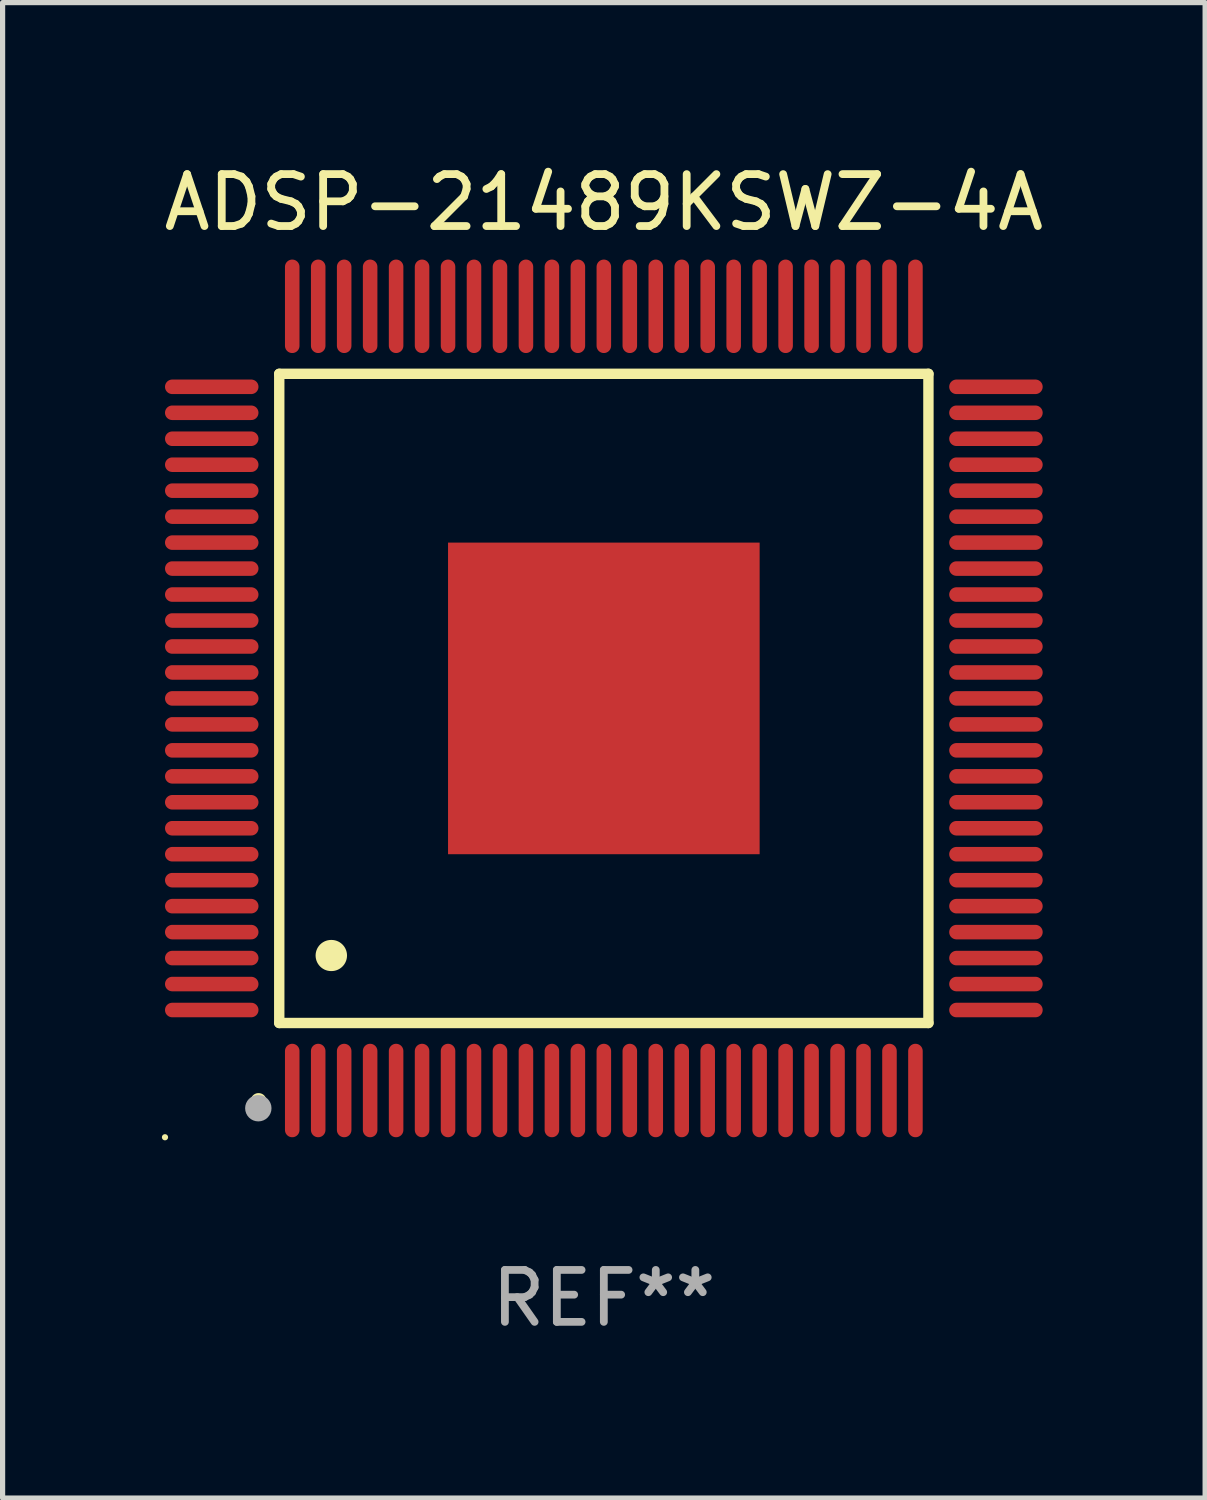
<source format=kicad_pcb>
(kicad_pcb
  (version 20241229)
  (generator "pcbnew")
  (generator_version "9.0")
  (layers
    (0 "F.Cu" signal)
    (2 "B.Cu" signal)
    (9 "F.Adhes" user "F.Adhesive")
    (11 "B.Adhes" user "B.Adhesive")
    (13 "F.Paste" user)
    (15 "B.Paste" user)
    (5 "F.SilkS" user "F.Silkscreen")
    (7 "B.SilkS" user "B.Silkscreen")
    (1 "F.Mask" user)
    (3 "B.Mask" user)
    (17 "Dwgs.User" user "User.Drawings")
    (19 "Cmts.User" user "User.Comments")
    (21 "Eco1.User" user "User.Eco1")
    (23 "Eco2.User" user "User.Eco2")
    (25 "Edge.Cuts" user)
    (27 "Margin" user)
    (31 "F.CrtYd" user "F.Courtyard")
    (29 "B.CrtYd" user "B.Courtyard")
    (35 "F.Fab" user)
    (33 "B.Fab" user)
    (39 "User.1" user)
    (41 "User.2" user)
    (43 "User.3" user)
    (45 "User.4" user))
  (footprint "ADSP-21489KSWZ-4A"
    (layer "F.Cu")
    (at 8.577 10.398)
    (property "Reference" "ADSP-21489KSWZ-4A" (at 0 -9.55 0) (layer "F.SilkS") (effects (font (size 1 1) (thickness 0.15))))
    (attr through_hole)
    (fp_line (start -6.25 -6.25) (end -6.25 6.25) (stroke (width 0.2) (type solid)) (layer "F.SilkS"))
    (fp_line (start -6.25 6.25) (end 6.25 6.25) (stroke (width 0.2) (type solid)) (layer "F.SilkS"))
    (fp_line (start 6.25 -6.25) (end -6.25 -6.25) (stroke (width 0.2) (type solid)) (layer "F.SilkS"))
    (fp_line (start 6.25 6.25) (end 6.25 -6.25) (stroke (width 0.2) (type solid)) (layer "F.SilkS"))
    (fp_arc (start -6.649733 7.749555) (mid -6.648463 7.74955) (end -6.647193 7.749555) (stroke (width 0.3) (type solid)) (layer "F.SilkS"))
    (fp_arc (start -5.250191 4.95047) (mid -5.247651 4.950459) (end -5.245111 4.95047) (stroke (width 0.6) (type solid)) (layer "F.SilkS"))
    (fp_circle (center -8.45 8.45) (end -8.42 8.45) (stroke (width 0.06) (type solid)) (fill no) (layer "F.SilkS"))
    (fp_circle (center -6.653 7.891) (end -6.526 7.891) (stroke (width 0.254) (type solid)) (fill no) (layer "F.Fab"))
    (fp_text user "REF**" (at 0 11.55 0) (layer "F.Fab") (effects (font (size 1 1) (thickness 0.15))))
    (pad "1" smd oval (at -6 7.55 180) (size 0.28 1.8) (layers "F.Cu" "F.Mask" "F.Paste"))
    (pad "2" smd oval (at -5.5 7.55 180) (size 0.28 1.8) (layers "F.Cu" "F.Mask" "F.Paste"))
    (pad "3" smd oval (at -5 7.55 180) (size 0.28 1.8) (layers "F.Cu" "F.Mask" "F.Paste"))
    (pad "4" smd oval (at -4.5 7.55 180) (size 0.28 1.8) (layers "F.Cu" "F.Mask" "F.Paste"))
    (pad "5" smd oval (at -4 7.55 180) (size 0.28 1.8) (layers "F.Cu" "F.Mask" "F.Paste"))
    (pad "6" smd oval (at -3.5 7.55 180) (size 0.28 1.8) (layers "F.Cu" "F.Mask" "F.Paste"))
    (pad "7" smd oval (at -3 7.55 180) (size 0.28 1.8) (layers "F.Cu" "F.Mask" "F.Paste"))
    (pad "8" smd oval (at -2.5 7.55 180) (size 0.28 1.8) (layers "F.Cu" "F.Mask" "F.Paste"))
    (pad "9" smd oval (at -2 7.55 180) (size 0.28 1.8) (layers "F.Cu" "F.Mask" "F.Paste"))
    (pad "10" smd oval (at -1.5 7.55 180) (size 0.28 1.8) (layers "F.Cu" "F.Mask" "F.Paste"))
    (pad "11" smd oval (at -1 7.55 180) (size 0.28 1.8) (layers "F.Cu" "F.Mask" "F.Paste"))
    (pad "12" smd oval (at -0.5 7.55 180) (size 0.28 1.8) (layers "F.Cu" "F.Mask" "F.Paste"))
    (pad "13" smd oval (at 0 7.55 180) (size 0.28 1.8) (layers "F.Cu" "F.Mask" "F.Paste"))
    (pad "14" smd oval (at 0.5 7.55 180) (size 0.28 1.8) (layers "F.Cu" "F.Mask" "F.Paste"))
    (pad "15" smd oval (at 1 7.55 180) (size 0.28 1.8) (layers "F.Cu" "F.Mask" "F.Paste"))
    (pad "16" smd oval (at 1.5 7.55 180) (size 0.28 1.8) (layers "F.Cu" "F.Mask" "F.Paste"))
    (pad "17" smd oval (at 2 7.55 180) (size 0.28 1.8) (layers "F.Cu" "F.Mask" "F.Paste"))
    (pad "18" smd oval (at 2.5 7.55 180) (size 0.28 1.8) (layers "F.Cu" "F.Mask" "F.Paste"))
    (pad "19" smd oval (at 3 7.55 180) (size 0.28 1.8) (layers "F.Cu" "F.Mask" "F.Paste"))
    (pad "20" smd oval (at 3.5 7.55 180) (size 0.28 1.8) (layers "F.Cu" "F.Mask" "F.Paste"))
    (pad "21" smd oval (at 4 7.55 180) (size 0.28 1.8) (layers "F.Cu" "F.Mask" "F.Paste"))
    (pad "22" smd oval (at 4.5 7.55 180) (size 0.28 1.8) (layers "F.Cu" "F.Mask" "F.Paste"))
    (pad "23" smd oval (at 5 7.55 180) (size 0.28 1.8) (layers "F.Cu" "F.Mask" "F.Paste"))
    (pad "24" smd oval (at 5.5 7.55 180) (size 0.28 1.8) (layers "F.Cu" "F.Mask" "F.Paste"))
    (pad "25" smd oval (at 6 7.55 180) (size 0.28 1.8) (layers "F.Cu" "F.Mask" "F.Paste"))
    (pad "26" smd oval (at 7.55 6 90) (size 0.28 1.8) (layers "F.Cu" "F.Mask" "F.Paste"))
    (pad "27" smd oval (at 7.55 5.5 90) (size 0.28 1.8) (layers "F.Cu" "F.Mask" "F.Paste"))
    (pad "28" smd oval (at 7.55 5 90) (size 0.28 1.8) (layers "F.Cu" "F.Mask" "F.Paste"))
    (pad "29" smd oval (at 7.55 4.5 90) (size 0.28 1.8) (layers "F.Cu" "F.Mask" "F.Paste"))
    (pad "30" smd oval (at 7.55 4 90) (size 0.28 1.8) (layers "F.Cu" "F.Mask" "F.Paste"))
    (pad "31" smd oval (at 7.55 3.5 90) (size 0.28 1.8) (layers "F.Cu" "F.Mask" "F.Paste"))
    (pad "32" smd oval (at 7.55 3 90) (size 0.28 1.8) (layers "F.Cu" "F.Mask" "F.Paste"))
    (pad "33" smd oval (at 7.55 2.5 90) (size 0.28 1.8) (layers "F.Cu" "F.Mask" "F.Paste"))
    (pad "34" smd oval (at 7.55 2 90) (size 0.28 1.8) (layers "F.Cu" "F.Mask" "F.Paste"))
    (pad "35" smd oval (at 7.55 1.5 90) (size 0.28 1.8) (layers "F.Cu" "F.Mask" "F.Paste"))
    (pad "36" smd oval (at 7.55 1 90) (size 0.28 1.8) (layers "F.Cu" "F.Mask" "F.Paste"))
    (pad "37" smd oval (at 7.55 0.5 90) (size 0.28 1.8) (layers "F.Cu" "F.Mask" "F.Paste"))
    (pad "38" smd oval (at 7.55 0 90) (size 0.28 1.8) (layers "F.Cu" "F.Mask" "F.Paste"))
    (pad "39" smd oval (at 7.55 -0.5 90) (size 0.28 1.8) (layers "F.Cu" "F.Mask" "F.Paste"))
    (pad "40" smd oval (at 7.55 -1 90) (size 0.28 1.8) (layers "F.Cu" "F.Mask" "F.Paste"))
    (pad "41" smd oval (at 7.55 -1.5 90) (size 0.28 1.8) (layers "F.Cu" "F.Mask" "F.Paste"))
    (pad "42" smd oval (at 7.55 -2 90) (size 0.28 1.8) (layers "F.Cu" "F.Mask" "F.Paste"))
    (pad "43" smd oval (at 7.55 -2.5 90) (size 0.28 1.8) (layers "F.Cu" "F.Mask" "F.Paste"))
    (pad "44" smd oval (at 7.55 -3 90) (size 0.28 1.8) (layers "F.Cu" "F.Mask" "F.Paste"))
    (pad "45" smd oval (at 7.55 -3.5 90) (size 0.28 1.8) (layers "F.Cu" "F.Mask" "F.Paste"))
    (pad "46" smd oval (at 7.55 -4 90) (size 0.28 1.8) (layers "F.Cu" "F.Mask" "F.Paste"))
    (pad "47" smd oval (at 7.55 -4.5 90) (size 0.28 1.8) (layers "F.Cu" "F.Mask" "F.Paste"))
    (pad "48" smd oval (at 7.55 -5 90) (size 0.28 1.8) (layers "F.Cu" "F.Mask" "F.Paste"))
    (pad "49" smd oval (at 7.55 -5.5 90) (size 0.28 1.8) (layers "F.Cu" "F.Mask" "F.Paste"))
    (pad "50" smd oval (at 7.55 -6 90) (size 0.28 1.8) (layers "F.Cu" "F.Mask" "F.Paste"))
    (pad "51" smd oval (at 6 -7.55 180) (size 0.28 1.8) (layers "F.Cu" "F.Mask" "F.Paste"))
    (pad "52" smd oval (at 5.5 -7.55 180) (size 0.28 1.8) (layers "F.Cu" "F.Mask" "F.Paste"))
    (pad "53" smd oval (at 5 -7.55 180) (size 0.28 1.8) (layers "F.Cu" "F.Mask" "F.Paste"))
    (pad "54" smd oval (at 4.5 -7.55 180) (size 0.28 1.8) (layers "F.Cu" "F.Mask" "F.Paste"))
    (pad "55" smd oval (at 4 -7.55 180) (size 0.28 1.8) (layers "F.Cu" "F.Mask" "F.Paste"))
    (pad "56" smd oval (at 3.5 -7.55 180) (size 0.28 1.8) (layers "F.Cu" "F.Mask" "F.Paste"))
    (pad "57" smd oval (at 3 -7.55 180) (size 0.28 1.8) (layers "F.Cu" "F.Mask" "F.Paste"))
    (pad "58" smd oval (at 2.5 -7.55 180) (size 0.28 1.8) (layers "F.Cu" "F.Mask" "F.Paste"))
    (pad "59" smd oval (at 2 -7.55 180) (size 0.28 1.8) (layers "F.Cu" "F.Mask" "F.Paste"))
    (pad "60" smd oval (at 1.5 -7.55 180) (size 0.28 1.8) (layers "F.Cu" "F.Mask" "F.Paste"))
    (pad "61" smd oval (at 1 -7.55 180) (size 0.28 1.8) (layers "F.Cu" "F.Mask" "F.Paste"))
    (pad "62" smd oval (at 0.5 -7.55 180) (size 0.28 1.8) (layers "F.Cu" "F.Mask" "F.Paste"))
    (pad "63" smd oval (at 0 -7.55 180) (size 0.28 1.8) (layers "F.Cu" "F.Mask" "F.Paste"))
    (pad "64" smd oval (at -0.5 -7.55 180) (size 0.28 1.8) (layers "F.Cu" "F.Mask" "F.Paste"))
    (pad "65" smd oval (at -1 -7.55 180) (size 0.28 1.8) (layers "F.Cu" "F.Mask" "F.Paste"))
    (pad "66" smd oval (at -1.5 -7.55 180) (size 0.28 1.8) (layers "F.Cu" "F.Mask" "F.Paste"))
    (pad "67" smd oval (at -2 -7.55 180) (size 0.28 1.8) (layers "F.Cu" "F.Mask" "F.Paste"))
    (pad "68" smd oval (at -2.5 -7.55 180) (size 0.28 1.8) (layers "F.Cu" "F.Mask" "F.Paste"))
    (pad "69" smd oval (at -3 -7.55 180) (size 0.28 1.8) (layers "F.Cu" "F.Mask" "F.Paste"))
    (pad "70" smd oval (at -3.5 -7.55 180) (size 0.28 1.8) (layers "F.Cu" "F.Mask" "F.Paste"))
    (pad "71" smd oval (at -4 -7.55 180) (size 0.28 1.8) (layers "F.Cu" "F.Mask" "F.Paste"))
    (pad "72" smd oval (at -4.5 -7.55 180) (size 0.28 1.8) (layers "F.Cu" "F.Mask" "F.Paste"))
    (pad "73" smd oval (at -5 -7.55 180) (size 0.28 1.8) (layers "F.Cu" "F.Mask" "F.Paste"))
    (pad "74" smd oval (at -5.5 -7.55 180) (size 0.28 1.8) (layers "F.Cu" "F.Mask" "F.Paste"))
    (pad "75" smd oval (at -6 -7.55 180) (size 0.28 1.8) (layers "F.Cu" "F.Mask" "F.Paste"))
    (pad "76" smd oval (at -7.55 -6 90) (size 0.28 1.8) (layers "F.Cu" "F.Mask" "F.Paste"))
    (pad "77" smd oval (at -7.55 -5.5 90) (size 0.28 1.8) (layers "F.Cu" "F.Mask" "F.Paste"))
    (pad "78" smd oval (at -7.55 -5 90) (size 0.28 1.8) (layers "F.Cu" "F.Mask" "F.Paste"))
    (pad "79" smd oval (at -7.55 -4.5 90) (size 0.28 1.8) (layers "F.Cu" "F.Mask" "F.Paste"))
    (pad "80" smd oval (at -7.55 -4 90) (size 0.28 1.8) (layers "F.Cu" "F.Mask" "F.Paste"))
    (pad "81" smd oval (at -7.55 -3.5 90) (size 0.28 1.8) (layers "F.Cu" "F.Mask" "F.Paste"))
    (pad "82" smd oval (at -7.55 -3 90) (size 0.28 1.8) (layers "F.Cu" "F.Mask" "F.Paste"))
    (pad "83" smd oval (at -7.55 -2.5 90) (size 0.28 1.8) (layers "F.Cu" "F.Mask" "F.Paste"))
    (pad "84" smd oval (at -7.55 -2 90) (size 0.28 1.8) (layers "F.Cu" "F.Mask" "F.Paste"))
    (pad "85" smd oval (at -7.55 -1.5 90) (size 0.28 1.8) (layers "F.Cu" "F.Mask" "F.Paste"))
    (pad "86" smd oval (at -7.55 -1 90) (size 0.28 1.8) (layers "F.Cu" "F.Mask" "F.Paste"))
    (pad "87" smd oval (at -7.55 -0.5 90) (size 0.28 1.8) (layers "F.Cu" "F.Mask" "F.Paste"))
    (pad "88" smd oval (at -7.55 0 90) (size 0.28 1.8) (layers "F.Cu" "F.Mask" "F.Paste"))
    (pad "89" smd oval (at -7.55 0.5 90) (size 0.28 1.8) (layers "F.Cu" "F.Mask" "F.Paste"))
    (pad "90" smd oval (at -7.55 1 90) (size 0.28 1.8) (layers "F.Cu" "F.Mask" "F.Paste"))
    (pad "91" smd oval (at -7.55 1.5 90) (size 0.28 1.8) (layers "F.Cu" "F.Mask" "F.Paste"))
    (pad "92" smd oval (at -7.55 2 90) (size 0.28 1.8) (layers "F.Cu" "F.Mask" "F.Paste"))
    (pad "93" smd oval (at -7.55 2.5 90) (size 0.28 1.8) (layers "F.Cu" "F.Mask" "F.Paste"))
    (pad "94" smd oval (at -7.55 3 90) (size 0.28 1.8) (layers "F.Cu" "F.Mask" "F.Paste"))
    (pad "95" smd oval (at -7.55 3.5 90) (size 0.28 1.8) (layers "F.Cu" "F.Mask" "F.Paste"))
    (pad "96" smd oval (at -7.55 4 90) (size 0.28 1.8) (layers "F.Cu" "F.Mask" "F.Paste"))
    (pad "97" smd oval (at -7.55 4.5 90) (size 0.28 1.8) (layers "F.Cu" "F.Mask" "F.Paste"))
    (pad "98" smd oval (at -7.55 5 90) (size 0.28 1.8) (layers "F.Cu" "F.Mask" "F.Paste"))
    (pad "99" smd oval (at -7.55 5.5 90) (size 0.28 1.8) (layers "F.Cu" "F.Mask" "F.Paste"))
    (pad "100" smd oval (at -7.55 6 90) (size 0.28 1.8) (layers "F.Cu" "F.Mask" "F.Paste"))
    (pad "101" smd rect (at 0 0) (size 6 6) (layers "F.Cu" "F.Mask" "F.Paste")))
  (gr_rect
    (start -3 -3)
    (end 20.155 25.796)
    (stroke (width 0.1) (type default))
    (fill no)
    (layer "Edge.Cuts")))
</source>
